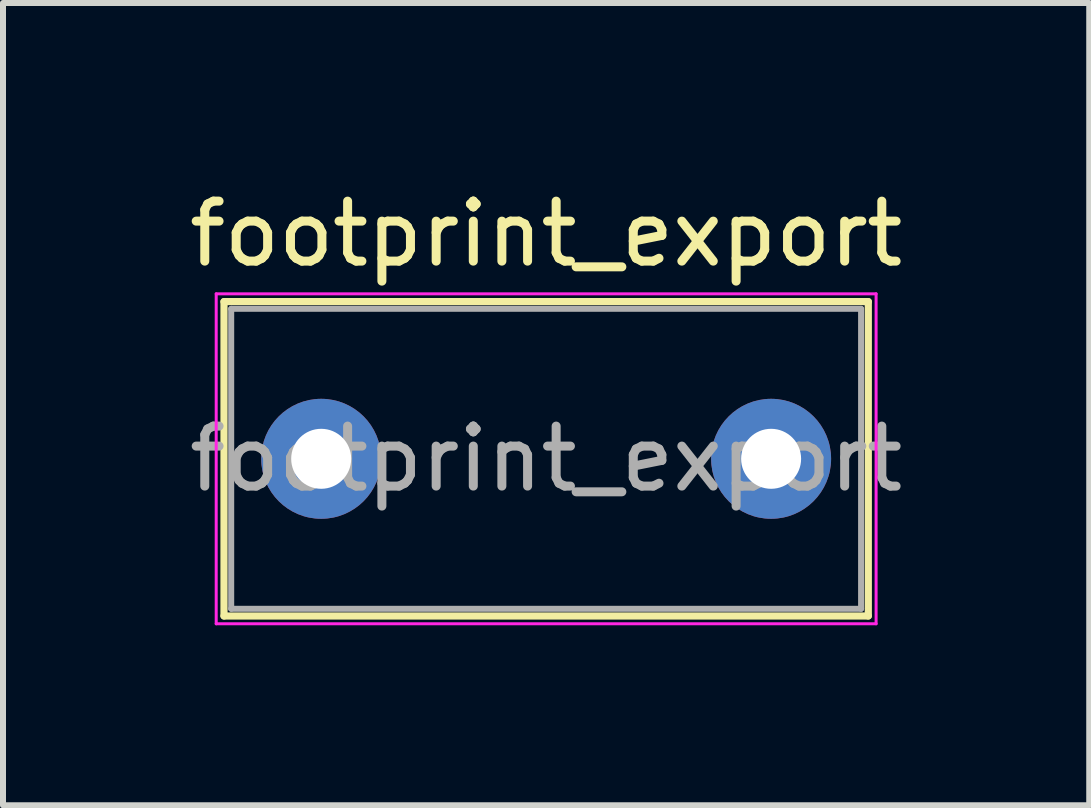
<source format=kicad_pcb>
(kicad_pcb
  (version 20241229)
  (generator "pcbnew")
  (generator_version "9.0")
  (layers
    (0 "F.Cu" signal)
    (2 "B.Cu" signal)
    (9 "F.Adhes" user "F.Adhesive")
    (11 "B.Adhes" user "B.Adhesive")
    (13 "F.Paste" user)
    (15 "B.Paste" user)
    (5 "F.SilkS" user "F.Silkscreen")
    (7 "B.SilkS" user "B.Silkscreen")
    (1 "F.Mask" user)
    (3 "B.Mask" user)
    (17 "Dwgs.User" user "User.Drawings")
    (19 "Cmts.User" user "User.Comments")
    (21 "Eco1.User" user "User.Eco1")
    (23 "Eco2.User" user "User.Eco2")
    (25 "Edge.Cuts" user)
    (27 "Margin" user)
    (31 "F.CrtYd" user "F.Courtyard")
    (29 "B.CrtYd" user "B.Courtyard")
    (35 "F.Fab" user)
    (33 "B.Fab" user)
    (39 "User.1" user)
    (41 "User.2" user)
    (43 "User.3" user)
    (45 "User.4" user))
  (footprint "footprint_export"
    (layer "F.Cu")
    (at 2.304 4.598)
    (property "Reference" "footprint_export" (at 3.75 -3.75 0) (layer "F.SilkS") (effects (font (size 1 1) (thickness 0.15))))
    (attr through_hole)
    (fp_line (start -1.62 -2.62) (end -1.62 2.62) (stroke (width 0.12) (type solid)) (layer "F.SilkS"))
    (fp_line (start -1.62 -2.62) (end 9.12 -2.62) (stroke (width 0.12) (type solid)) (layer "F.SilkS"))
    (fp_line (start -1.62 2.62) (end 9.12 2.62) (stroke (width 0.12) (type solid)) (layer "F.SilkS"))
    (fp_line (start 9.12 -2.62) (end 9.12 2.62) (stroke (width 0.12) (type solid)) (layer "F.SilkS"))
    (fp_line (start -1.75 -2.75) (end -1.75 2.75) (stroke (width 0.05) (type solid)) (layer "F.CrtYd"))
    (fp_line (start -1.75 2.75) (end 9.25 2.75) (stroke (width 0.05) (type solid)) (layer "F.CrtYd"))
    (fp_line (start 9.25 -2.75) (end -1.75 -2.75) (stroke (width 0.05) (type solid)) (layer "F.CrtYd"))
    (fp_line (start 9.25 2.75) (end 9.25 -2.75) (stroke (width 0.05) (type solid)) (layer "F.CrtYd"))
    (fp_line (start -1.5 -2.5) (end -1.5 2.5) (stroke (width 0.1) (type solid)) (layer "F.Fab"))
    (fp_line (start -1.5 2.5) (end 9 2.5) (stroke (width 0.1) (type solid)) (layer "F.Fab"))
    (fp_line (start 9 -2.5) (end -1.5 -2.5) (stroke (width 0.1) (type solid)) (layer "F.Fab"))
    (fp_line (start 9 2.5) (end 9 -2.5) (stroke (width 0.1) (type solid)) (layer "F.Fab"))
    (fp_text user "${REFERENCE}" (at 3.75 0 0) (layer "F.Fab") (effects (font (size 1 1) (thickness 0.15))))
    (pad "1" thru_hole circle (at 0 0) (size 2 2) (drill 1) (layers "*.Cu" "*.Mask"))
    (pad "2" thru_hole circle (at 7.5 0) (size 2 2) (drill 1) (layers "*.Cu" "*.Mask")))
  (gr_rect
    (start -3 -3)
    (end 15.107 10.373)
    (stroke (width 0.1) (type default))
    (fill no)
    (layer "Edge.Cuts")))
</source>
